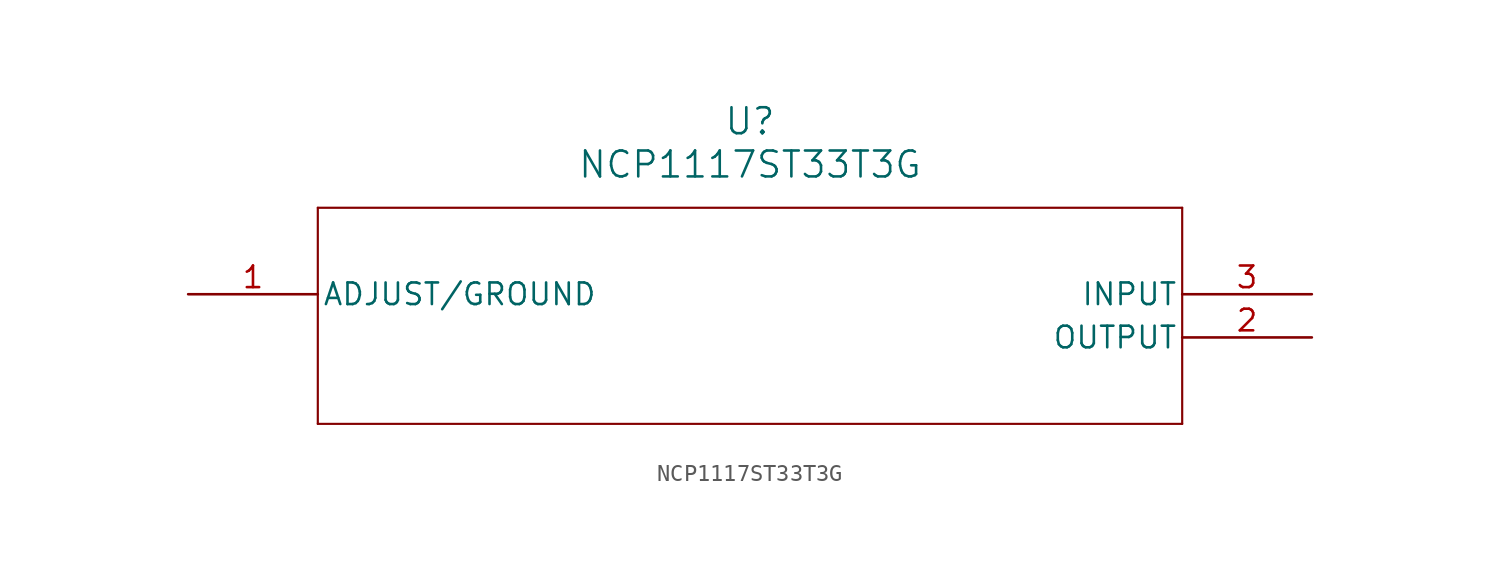
<source format=kicad_sym>
(kicad_symbol_lib
  (version 20211014)
  (generator kicad_symbol_editor)
  (symbol "NCP1117ST33T3G"
    (pin_names
      (offset 0.254))
    (property "Reference" "U"
      (at 33.02 10.16 0)
      (effects (font (size 1.524 1.524))))
    (property "Value" "NCP1117ST33T3G"
      (at 33.02 7.62 0)
      (effects (font (size 1.524 1.524))))
    (symbol "NCP1117ST33T3G_0_1"
      (polyline (pts (xy 7.62 5.08) (xy 7.62 -7.62)) (stroke (width 0.127) (type default) (color 0 0 0 0)) (fill (type none)))
      (polyline (pts (xy 7.62 -7.62) (xy 58.42 -7.62)) (stroke (width 0.127) (type default) (color 0 0 0 0)) (fill (type none)))
      (polyline (pts (xy 58.42 -7.62) (xy 58.42 5.08)) (stroke (width 0.127) (type default) (color 0 0 0 0)) (fill (type none)))
      (polyline (pts (xy 58.42 5.08) (xy 7.62 5.08)) (stroke (width 0.127) (type default) (color 0 0 0 0)) (fill (type none)))
      (pin bidirectional line (at 0 0 0) (length 7.62) (name "ADJUST/GROUND" (effects (font (size 1.27 1.27)))) (number "1" (effects (font (size 1.27 1.27)))))
      (pin output line (at 66.04 -2.54 180) (length 7.62) (name "OUTPUT" (effects (font (size 1.27 1.27)))) (number "2" (effects (font (size 1.27 1.27)))))
      (pin input line (at 66.04 0 180) (length 7.62) (name "INPUT" (effects (font (size 1.27 1.27)))) (number "3" (effects (font (size 1.27 1.27))))))))
</source>
